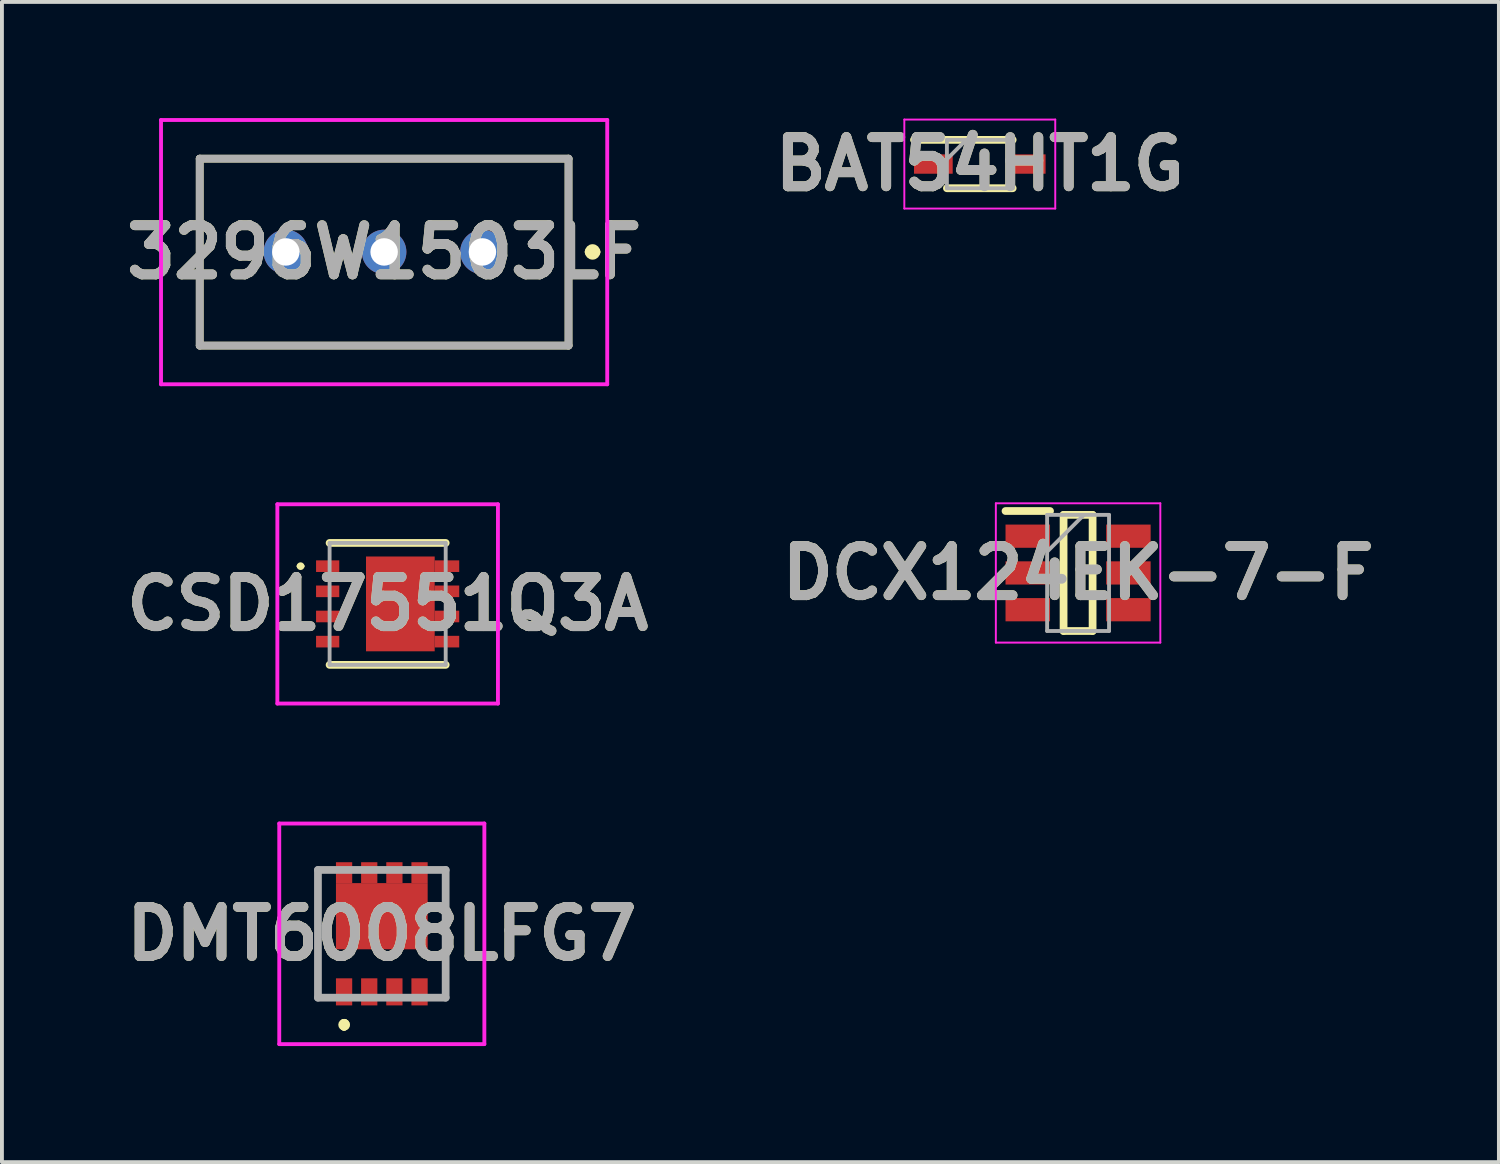
<source format=kicad_pcb>
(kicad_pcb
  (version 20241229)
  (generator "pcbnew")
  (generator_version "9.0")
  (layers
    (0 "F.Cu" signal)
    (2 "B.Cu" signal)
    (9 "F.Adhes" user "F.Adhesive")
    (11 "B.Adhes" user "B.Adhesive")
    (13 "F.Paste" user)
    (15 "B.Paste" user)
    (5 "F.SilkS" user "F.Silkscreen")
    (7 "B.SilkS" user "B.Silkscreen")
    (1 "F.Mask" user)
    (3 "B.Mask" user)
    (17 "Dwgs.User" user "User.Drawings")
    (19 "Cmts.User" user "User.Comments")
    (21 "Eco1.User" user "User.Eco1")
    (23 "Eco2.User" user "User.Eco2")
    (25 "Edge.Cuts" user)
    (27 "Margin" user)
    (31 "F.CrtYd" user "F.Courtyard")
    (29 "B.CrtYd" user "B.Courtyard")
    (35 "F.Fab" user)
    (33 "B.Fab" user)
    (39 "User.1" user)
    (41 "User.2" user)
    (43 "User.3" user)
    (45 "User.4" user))
  (footprint "CSD17551Q3A"
    (layer "F.Cu")
    (at 6.967 12.555)
    (property "Reference" "CSD17551Q3A" (at 0 0 0) (layer "F.SilkS") (effects (font (size 1.27 1.27) (thickness 0.254))))
    (attr smd)
    (fp_line (start -2.3 -0.975) (end -2.3 -0.975) (stroke (width 0.1) (type solid)) (layer "F.SilkS"))
    (fp_line (start -2.2 -0.975) (end -2.2 -0.975) (stroke (width 0.1) (type solid)) (layer "F.SilkS"))
    (fp_line (start -1.5 -1.575) (end 1.5 -1.575) (stroke (width 0.2) (type solid)) (layer "F.SilkS"))
    (fp_line (start 1.5 1.575) (end -1.5 1.575) (stroke (width 0.2) (type solid)) (layer "F.SilkS"))
    (fp_arc (start -2.3 -0.975) (mid -2.25 -1.025) (end -2.2 -0.975) (stroke (width 0.1) (type solid)) (layer "F.SilkS"))
    (fp_arc (start -2.2 -0.975) (mid -2.25 -0.925) (end -2.3 -0.975) (stroke (width 0.1) (type solid)) (layer "F.SilkS"))
    (fp_line (start -2.85 -2.575) (end 2.85 -2.575) (stroke (width 0.1) (type solid)) (layer "F.CrtYd"))
    (fp_line (start -2.85 2.575) (end -2.85 -2.575) (stroke (width 0.1) (type solid)) (layer "F.CrtYd"))
    (fp_line (start 2.85 -2.575) (end 2.85 2.575) (stroke (width 0.1) (type solid)) (layer "F.CrtYd"))
    (fp_line (start 2.85 2.575) (end -2.85 2.575) (stroke (width 0.1) (type solid)) (layer "F.CrtYd"))
    (fp_line (start -1.5 -1.575) (end 1.5 -1.575) (stroke (width 0.1) (type solid)) (layer "F.Fab"))
    (fp_line (start -1.5 1.575) (end -1.5 -1.575) (stroke (width 0.1) (type solid)) (layer "F.Fab"))
    (fp_line (start 1.5 -1.575) (end 1.5 1.575) (stroke (width 0.1) (type solid)) (layer "F.Fab"))
    (fp_line (start 1.5 1.575) (end -1.5 1.575) (stroke (width 0.1) (type solid)) (layer "F.Fab"))
    (fp_text user "${REFERENCE}" (at 0 0 0) (layer "F.Fab") (effects (font (size 1.27 1.27) (thickness 0.254))))
    (pad "1" smd rect (at -1.55 -0.975 90) (size 0.3 0.6) (layers "F.Cu" "F.Mask" "F.Paste"))
    (pad "2" smd rect (at -1.55 -0.325 90) (size 0.3 0.6) (layers "F.Cu" "F.Mask" "F.Paste"))
    (pad "3" smd rect (at -1.55 0.325 90) (size 0.3 0.6) (layers "F.Cu" "F.Mask" "F.Paste"))
    (pad "4" smd rect (at -1.55 0.975 90) (size 0.3 0.6) (layers "F.Cu" "F.Mask" "F.Paste"))
    (pad "5" smd rect (at 1.532 0.975 90) (size 0.3 0.635) (layers "F.Cu" "F.Mask" "F.Paste"))
    (pad "6" smd rect (at 1.532 0.325 90) (size 0.3 0.635) (layers "F.Cu" "F.Mask" "F.Paste"))
    (pad "7" smd rect (at 1.532 -0.325 90) (size 0.3 0.635) (layers "F.Cu" "F.Mask" "F.Paste"))
    (pad "8" smd rect (at 1.532 -0.975 90) (size 0.3 0.635) (layers "F.Cu" "F.Mask" "F.Paste"))
    (pad "9" smd rect (at 0.328 0) (size 1.775 2.45) (layers "F.Cu" "F.Mask" "F.Paste")))
  (footprint "DMT6008LFG7"
    (layer "F.Cu")
    (at 6.816 21.08)
    (property "Reference" "DMT6008LFG7" (at 0 0 0) (layer "F.SilkS") (effects (font (size 1.27 1.27) (thickness 0.254))))
    (attr smd)
    (fp_line (start -0.975 2.3) (end -0.975 2.3) (stroke (width 0.2) (type solid)) (layer "F.SilkS"))
    (fp_line (start -0.975 2.4) (end -0.975 2.4) (stroke (width 0.2) (type solid)) (layer "F.SilkS"))
    (fp_line (start -0.975 2.4) (end -0.975 2.4) (stroke (width 0.2) (type solid)) (layer "F.SilkS"))
    (fp_arc (start -0.975 2.3) (mid -0.925 2.35) (end -0.975 2.4) (stroke (width 0.2) (type solid)) (layer "F.SilkS"))
    (fp_arc (start -0.975 2.3) (mid -0.925 2.35) (end -0.975 2.4) (stroke (width 0.2) (type solid)) (layer "F.SilkS"))
    (fp_arc (start -0.975 2.4) (mid -1.025 2.35) (end -0.975 2.3) (stroke (width 0.2) (type solid)) (layer "F.SilkS"))
    (fp_line (start -2.65 -2.85) (end 2.65 -2.85) (stroke (width 0.1) (type solid)) (layer "F.CrtYd"))
    (fp_line (start -2.65 2.85) (end -2.65 -2.85) (stroke (width 0.1) (type solid)) (layer "F.CrtYd"))
    (fp_line (start 2.65 -2.85) (end 2.65 2.85) (stroke (width 0.1) (type solid)) (layer "F.CrtYd"))
    (fp_line (start 2.65 2.85) (end -2.65 2.85) (stroke (width 0.1) (type solid)) (layer "F.CrtYd"))
    (fp_line (start -1.65 -1.65) (end 1.65 -1.65) (stroke (width 0.2) (type solid)) (layer "F.Fab"))
    (fp_line (start -1.65 1.65) (end -1.65 -1.65) (stroke (width 0.2) (type solid)) (layer "F.Fab"))
    (fp_line (start 1.65 -1.65) (end 1.65 1.65) (stroke (width 0.2) (type solid)) (layer "F.Fab"))
    (fp_line (start 1.65 1.65) (end -1.65 1.65) (stroke (width 0.2) (type solid)) (layer "F.Fab"))
    (fp_text user "${REFERENCE}" (at 0 0 0) (layer "F.Fab") (effects (font (size 1.27 1.27) (thickness 0.254))))
    (pad "1" smd rect (at -0.975 1.5) (size 0.42 0.7) (layers "F.Cu" "F.Mask" "F.Paste"))
    (pad "2" smd rect (at -0.325 1.5) (size 0.42 0.7) (layers "F.Cu" "F.Mask" "F.Paste"))
    (pad "3" smd rect (at 0.325 1.5) (size 0.42 0.7) (layers "F.Cu" "F.Mask" "F.Paste"))
    (pad "4" smd rect (at 0.975 1.5) (size 0.42 0.7) (layers "F.Cu" "F.Mask" "F.Paste"))
    (pad "5" smd rect (at 0.975 -1.58) (size 0.42 0.54) (layers "F.Cu" "F.Mask" "F.Paste"))
    (pad "6" smd rect (at 0.325 -1.58) (size 0.42 0.54) (layers "F.Cu" "F.Mask" "F.Paste"))
    (pad "7" smd rect (at -0.325 -1.58) (size 0.42 0.54) (layers "F.Cu" "F.Mask" "F.Paste"))
    (pad "8" smd rect (at -0.975 -1.58) (size 0.42 0.54) (layers "F.Cu" "F.Mask" "F.Paste"))
    (pad "9" smd rect (at 0 -0.455 90) (size 1.71 2.37) (layers "F.Cu" "F.Mask" "F.Paste")))
  (footprint "DCX124EK-7-F"
    (layer "F.Cu")
    (at 24.808 11.755)
    (property "Reference" "DCX124EK-7-F" (at 0 0 0) (layer "F.SilkS") (effects (font (size 1.27 1.27) (thickness 0.254))))
    (attr smd)
    (fp_line (start -1.875 -1.6) (end -0.725 -1.6) (stroke (width 0.2) (type solid)) (layer "F.SilkS"))
    (fp_line (start -0.375 -1.5) (end 0.375 -1.5) (stroke (width 0.2) (type solid)) (layer "F.SilkS"))
    (fp_line (start -0.375 1.5) (end -0.375 -1.5) (stroke (width 0.2) (type solid)) (layer "F.SilkS"))
    (fp_line (start 0.375 -1.5) (end 0.375 1.5) (stroke (width 0.2) (type solid)) (layer "F.SilkS"))
    (fp_line (start 0.375 1.5) (end -0.375 1.5) (stroke (width 0.2) (type solid)) (layer "F.SilkS"))
    (fp_line (start -2.125 -1.8) (end 2.125 -1.8) (stroke (width 0.05) (type solid)) (layer "F.CrtYd"))
    (fp_line (start -2.125 1.8) (end -2.125 -1.8) (stroke (width 0.05) (type solid)) (layer "F.CrtYd"))
    (fp_line (start 2.125 -1.8) (end 2.125 1.8) (stroke (width 0.05) (type solid)) (layer "F.CrtYd"))
    (fp_line (start 2.125 1.8) (end -2.125 1.8) (stroke (width 0.05) (type solid)) (layer "F.CrtYd"))
    (fp_line (start -0.8 -1.5) (end 0.8 -1.5) (stroke (width 0.1) (type solid)) (layer "F.Fab"))
    (fp_line (start -0.8 -0.55) (end 0.15 -1.5) (stroke (width 0.1) (type solid)) (layer "F.Fab"))
    (fp_line (start -0.8 1.5) (end -0.8 -1.5) (stroke (width 0.1) (type solid)) (layer "F.Fab"))
    (fp_line (start 0.8 -1.5) (end 0.8 1.5) (stroke (width 0.1) (type solid)) (layer "F.Fab"))
    (fp_line (start 0.8 1.5) (end -0.8 1.5) (stroke (width 0.1) (type solid)) (layer "F.Fab"))
    (fp_text user "${REFERENCE}" (at 0 0 0) (layer "F.Fab") (effects (font (size 1.27 1.27) (thickness 0.254))))
    (pad "1" smd rect (at -1.3 -0.95 90) (size 0.6 1.15) (layers "F.Cu" "F.Mask" "F.Paste"))
    (pad "2" smd rect (at -1.3 0 90) (size 0.6 1.15) (layers "F.Cu" "F.Mask" "F.Paste"))
    (pad "3" smd rect (at -1.3 0.95 90) (size 0.6 1.15) (layers "F.Cu" "F.Mask" "F.Paste"))
    (pad "4" smd rect (at 1.3 0.95 90) (size 0.6 1.15) (layers "F.Cu" "F.Mask" "F.Paste"))
    (pad "5" smd rect (at 1.3 0 90) (size 0.6 1.15) (layers "F.Cu" "F.Mask" "F.Paste"))
    (pad "6" smd rect (at 1.3 -0.95 90) (size 0.6 1.15) (layers "F.Cu" "F.Mask" "F.Paste")))
  (footprint "BAT54HT1G"
    (layer "F.Cu")
    (at 22.268 1.189)
    (property "Reference" "BAT54HT1G" (at 0 0 0) (layer "F.SilkS") (effects (font (size 1.27 1.27) (thickness 0.254))))
    (attr smd)
    (fp_line (start -1.7 -0.625) (end 0.85 -0.625) (stroke (width 0.2) (type solid)) (layer "F.SilkS"))
    (fp_line (start -0.85 0.625) (end 0.85 0.625) (stroke (width 0.2) (type solid)) (layer "F.SilkS"))
    (fp_line (start -1.95 -1.15) (end 1.95 -1.15) (stroke (width 0.05) (type solid)) (layer "F.CrtYd"))
    (fp_line (start -1.95 1.15) (end -1.95 -1.15) (stroke (width 0.05) (type solid)) (layer "F.CrtYd"))
    (fp_line (start 1.95 -1.15) (end 1.95 1.15) (stroke (width 0.05) (type solid)) (layer "F.CrtYd"))
    (fp_line (start 1.95 1.15) (end -1.95 1.15) (stroke (width 0.05) (type solid)) (layer "F.CrtYd"))
    (fp_line (start -0.85 -0.625) (end 0.85 -0.625) (stroke (width 0.1) (type solid)) (layer "F.Fab"))
    (fp_line (start -0.85 -0.125) (end -0.35 -0.625) (stroke (width 0.1) (type solid)) (layer "F.Fab"))
    (fp_line (start -0.85 0.625) (end -0.85 -0.625) (stroke (width 0.1) (type solid)) (layer "F.Fab"))
    (fp_line (start 0.85 -0.625) (end 0.85 0.625) (stroke (width 0.1) (type solid)) (layer "F.Fab"))
    (fp_line (start 0.85 0.625) (end -0.85 0.625) (stroke (width 0.1) (type solid)) (layer "F.Fab"))
    (fp_text user "${REFERENCE}" (at 0 0 0) (layer "F.Fab") (effects (font (size 1.27 1.27) (thickness 0.254))))
    (pad "1" smd rect (at -1.2 0 90) (size 0.5 1) (layers "F.Cu" "F.Mask" "F.Paste"))
    (pad "2" smd rect (at 1.2 0 90) (size 0.5 1) (layers "F.Cu" "F.Mask" "F.Paste")))
  (footprint "3296W1503LF"
    (layer "F.Cu")
    (at 9.416 3.46)
    (property "Reference" "3296W1503LF" (at -2.54 0.005 0) (layer "F.SilkS") (effects (font (size 1.27 1.27) (thickness 0.254))))
    (attr through_hole)
    (fp_line (start -7.305 -2.41) (end -7.305 2.42) (stroke (width 0.2) (type solid)) (layer "F.SilkS"))
    (fp_line (start -7.305 2.42) (end 2.225 2.42) (stroke (width 0.2) (type solid)) (layer "F.SilkS"))
    (fp_line (start 2.225 -2.41) (end -7.305 -2.41) (stroke (width 0.2) (type solid)) (layer "F.SilkS"))
    (fp_line (start 2.225 2.42) (end 2.225 -2.41) (stroke (width 0.2) (type solid)) (layer "F.SilkS"))
    (fp_line (start 2.746 0) (end 2.746 0) (stroke (width 0.2) (type solid)) (layer "F.SilkS"))
    (fp_line (start 2.946 0) (end 2.946 0) (stroke (width 0.2) (type solid)) (layer "F.SilkS"))
    (fp_arc (start 2.746 0) (mid 2.846 -0.1) (end 2.946 0) (stroke (width 0.2) (type solid)) (layer "F.SilkS"))
    (fp_arc (start 2.946 0) (mid 2.846 0.1) (end 2.746 0) (stroke (width 0.2) (type solid)) (layer "F.SilkS"))
    (fp_line (start -8.305 -3.41) (end -8.305 3.42) (stroke (width 0.1) (type solid)) (layer "F.CrtYd"))
    (fp_line (start -8.305 3.42) (end 3.225 3.42) (stroke (width 0.1) (type solid)) (layer "F.CrtYd"))
    (fp_line (start 3.225 -3.41) (end -8.305 -3.41) (stroke (width 0.1) (type solid)) (layer "F.CrtYd"))
    (fp_line (start 3.225 3.42) (end 3.225 -3.41) (stroke (width 0.1) (type solid)) (layer "F.CrtYd"))
    (fp_line (start -7.305 -2.41) (end -7.305 2.42) (stroke (width 0.2) (type solid)) (layer "F.Fab"))
    (fp_line (start -7.305 2.42) (end 2.225 2.42) (stroke (width 0.2) (type solid)) (layer "F.Fab"))
    (fp_line (start 2.225 -2.41) (end -7.305 -2.41) (stroke (width 0.2) (type solid)) (layer "F.Fab"))
    (fp_line (start 2.225 2.42) (end 2.225 -2.41) (stroke (width 0.2) (type solid)) (layer "F.Fab"))
    (fp_text user "${REFERENCE}" (at -2.54 0.005 0) (layer "F.Fab") (effects (font (size 1.27 1.27) (thickness 0.254))))
    (pad "1" thru_hole circle (at 0 0) (size 1.15 1.15) (drill 0.71) (layers "*.Cu" "*.Mask"))
    (pad "2" thru_hole circle (at -2.54 0) (size 1.15 1.15) (drill 0.71) (layers "*.Cu" "*.Mask"))
    (pad "3" thru_hole circle (at -5.08 0) (size 1.15 1.15) (drill 0.71) (layers "*.Cu" "*.Mask")))
  (gr_rect
    (start -3 -3)
    (end 35.682 26.98)
    (stroke (width 0.1) (type default))
    (fill no)
    (layer "Edge.Cuts")))
</source>
